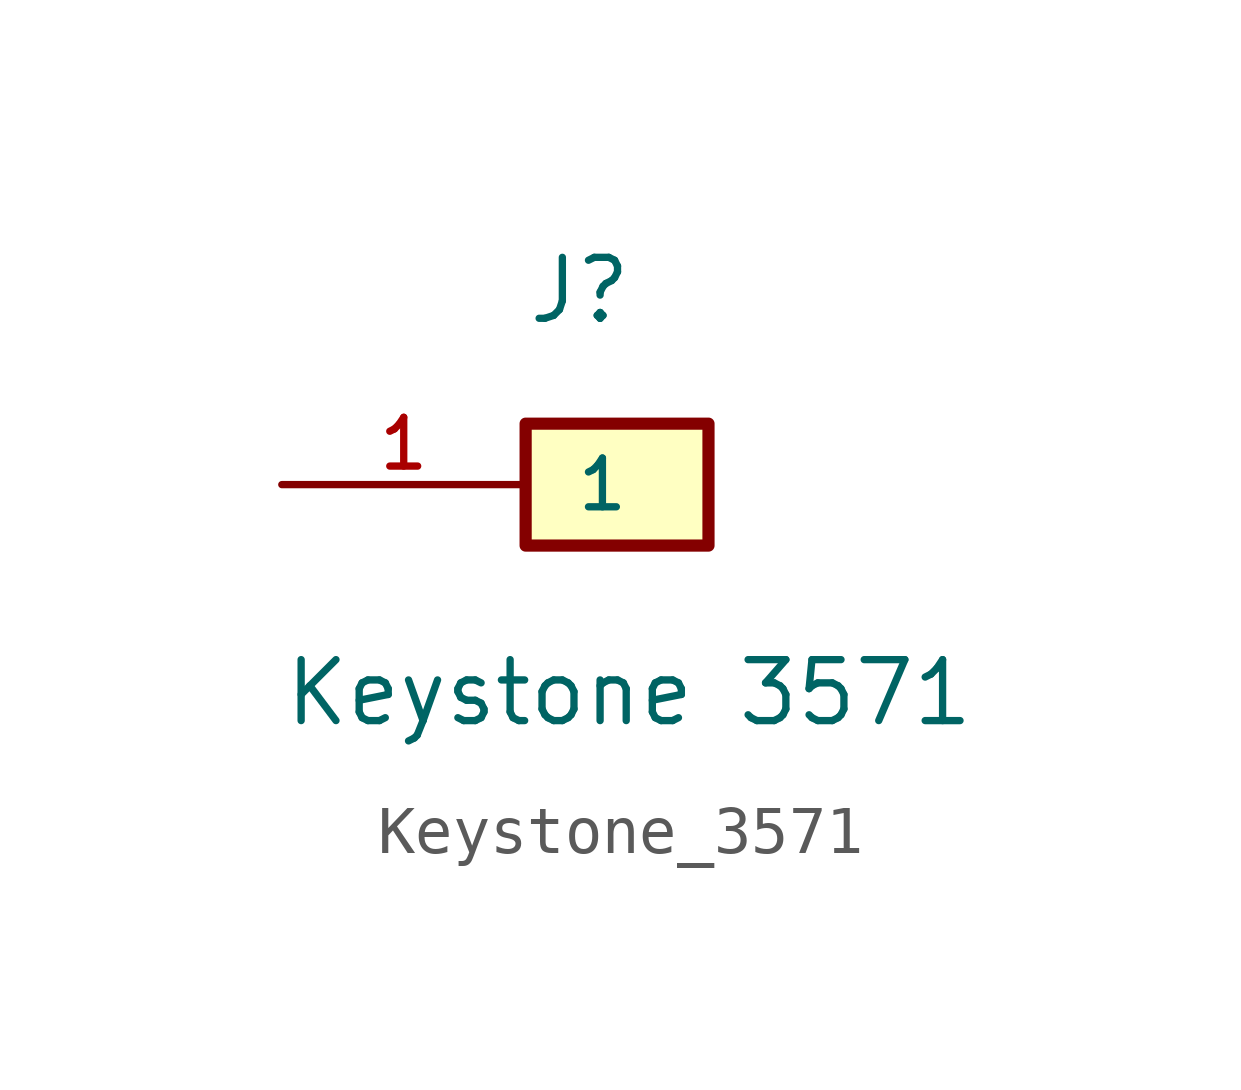
<source format=kicad_sym>
(kicad_symbol_lib
  (version 20220914)
  (generator kicad_symbol_editor)
  (symbol "Keystone_3571"
    (pin_names
      (offset 1.016))
    (property "Reference" "J"
      (at -2.54 3.302 0)
      (effects (font (size 1.27 1.27)) (justify left bottom)))
    (property "Value" "Keystone 3571"
      (at -7.62 -5.08 0)
      (effects (font (size 1.27 1.27)) (justify left bottom)))
    (symbol "Keystone_3571_0_0"
      (rectangle (start -2.54 1.27) (end 1.27 -1.27) (stroke (width 0.254) (type default)) (fill (type background))))
    (symbol "Keystone_3571_1_0"
      (pin passive line (at -7.62 0 0) (length 5.08) (name "1" (effects (font (size 1.016 1.016)))) (number "1" (effects (font (size 1.016 1.016)))))
      (pin passive line (at -7.62 0 0) (length 5.08) hide (name "1" (effects (font (size 1.016 1.016)))) (number "2" (effects (font (size 1.016 1.016))))))))
</source>
